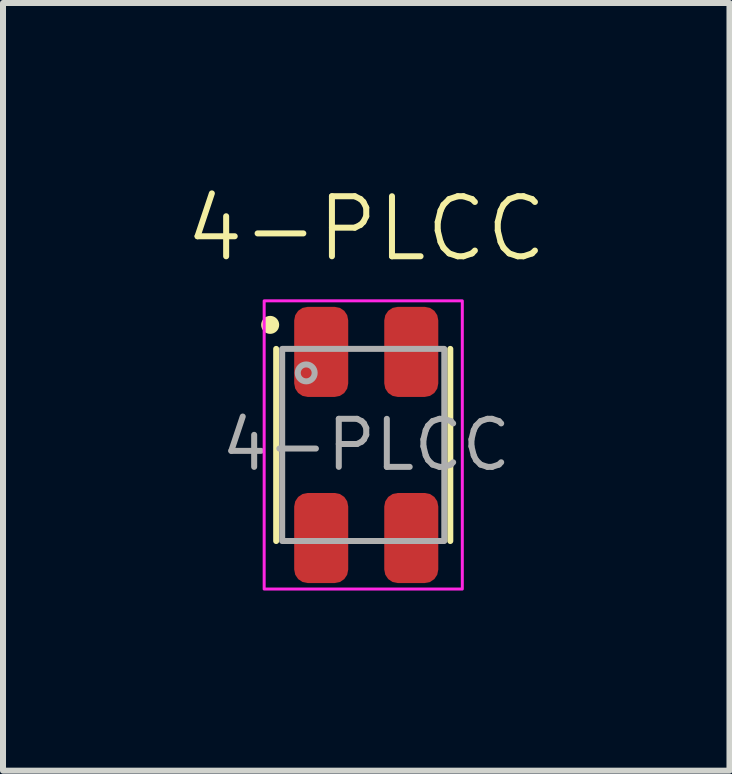
<source format=kicad_pcb>
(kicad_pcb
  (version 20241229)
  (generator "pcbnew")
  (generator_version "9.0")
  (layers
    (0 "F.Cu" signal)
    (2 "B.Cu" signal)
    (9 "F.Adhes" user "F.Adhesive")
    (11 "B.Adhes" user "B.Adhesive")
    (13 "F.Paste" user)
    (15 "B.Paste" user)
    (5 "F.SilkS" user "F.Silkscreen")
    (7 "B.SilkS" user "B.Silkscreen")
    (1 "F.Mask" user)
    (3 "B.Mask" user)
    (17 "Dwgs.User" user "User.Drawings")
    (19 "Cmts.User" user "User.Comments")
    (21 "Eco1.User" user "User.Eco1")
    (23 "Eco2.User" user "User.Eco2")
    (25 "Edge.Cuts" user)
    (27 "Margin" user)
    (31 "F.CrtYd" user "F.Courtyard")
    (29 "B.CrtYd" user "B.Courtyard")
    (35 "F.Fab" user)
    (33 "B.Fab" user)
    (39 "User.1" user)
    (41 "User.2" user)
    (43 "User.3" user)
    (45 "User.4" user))
  (footprint "4-PLCC"
    (layer "F.Cu")
    (at 3.05 4.361)
    (property "Reference" "4-PLCC" (at 0 -3.6 0) (unlocked yes) (layer "F.SilkS") (effects (font (size 1 1) (thickness 0.1))))
    (attr smd)
    (fp_line (start -1.5 -1.6) (end -1.5 1.6) (stroke (width 0.1) (type default)) (layer "F.SilkS"))
    (fp_line (start 1.4 -1.6) (end 1.4 1.6) (stroke (width 0.1) (type default)) (layer "F.SilkS"))
    (fp_circle (center -1.6 -2) (end -1.5 -2) (stroke (width 0.1) (type solid)) (fill yes) (layer "F.SilkS"))
    (fp_rect (start -1.7 -2.4) (end 1.6 2.4) (stroke (width 0.05) (type default)) (fill no) (layer "F.CrtYd"))
    (fp_rect (start -1.4 -1.6) (end 1.3 1.6) (stroke (width 0.1) (type default)) (fill no) (layer "F.Fab"))
    (fp_circle (center -1 -1.2) (end -0.859 -1.2) (stroke (width 0.1) (type solid)) (fill no) (layer "F.Fab"))
    (fp_text user "${REFERENCE}" (at 0 0 0) (unlocked yes) (layer "F.Fab") (effects (font (size 0.8 0.8) (thickness 0.1))))
    (pad "1" smd roundrect (at -0.75 -1.55) (size 0.9 1.5) (layers "F.Cu" "F.Mask" "F.Paste") (roundrect_rratio 0.25))
    (pad "2" smd roundrect (at -0.75 1.55) (size 0.9 1.5) (layers "F.Cu" "F.Mask" "F.Paste") (roundrect_rratio 0.25))
    (pad "3" smd roundrect (at 0.75 -1.55) (size 0.9 1.5) (layers "F.Cu" "F.Mask" "F.Paste") (roundrect_rratio 0.25))
    (pad "4" smd roundrect (at 0.75 1.55) (size 0.9 1.5) (layers "F.Cu" "F.Mask" "F.Paste") (roundrect_rratio 0.25)))
  (gr_rect
    (start -3 -3)
    (end 9.1 9.786)
    (stroke (width 0.1) (type default))
    (fill no)
    (layer "Edge.Cuts")))
</source>
